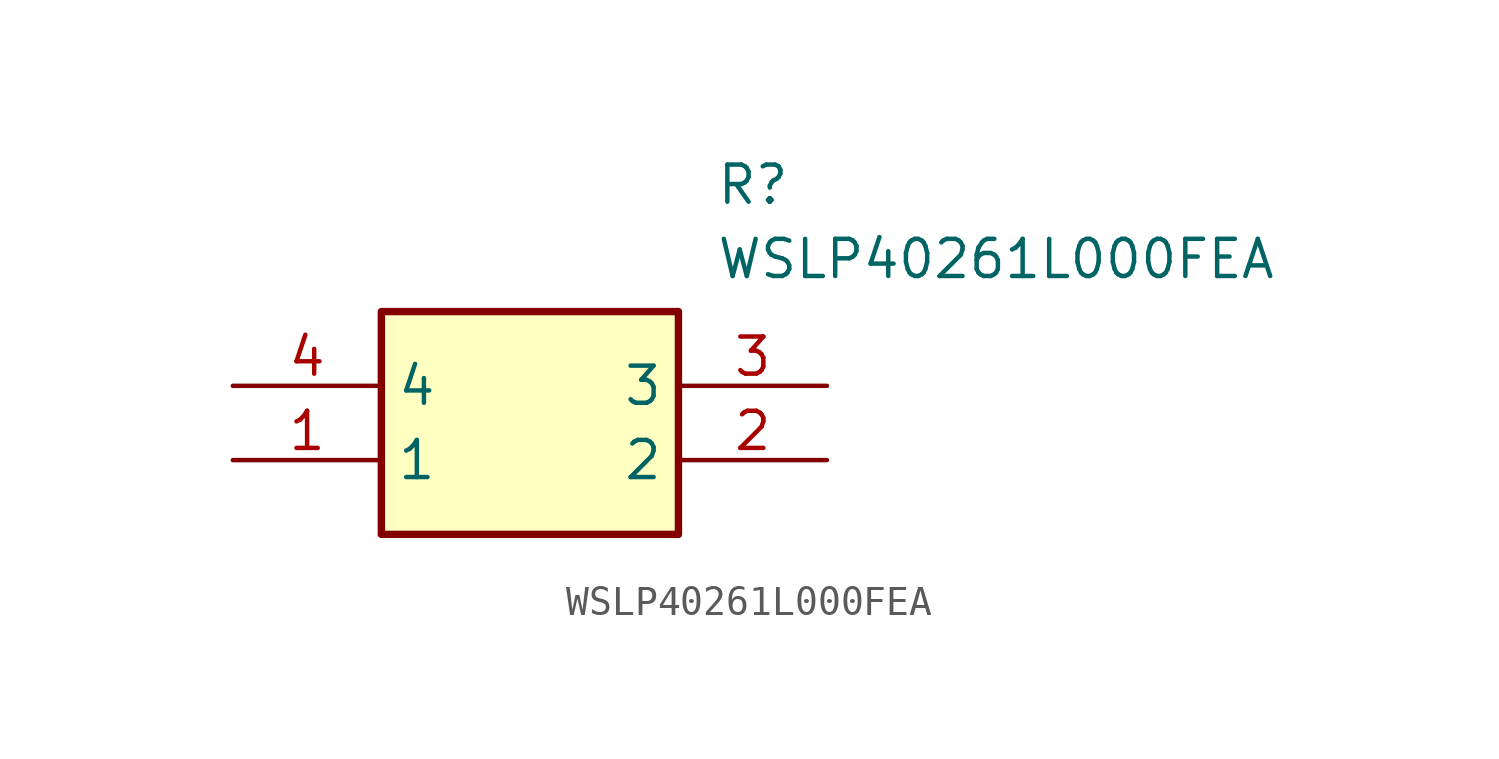
<source format=kicad_sym>
(kicad_symbol_lib
  (version 20211014)
  (generator SamacSys_ECAD_Model)
  (symbol "WSLP40261L000FEA"
    (property "Reference" "R"
      (at 16.51 7.62 0)
      (effects (font (size 1.27 1.27)) (justify left top)))
    (property "Value" "WSLP40261L000FEA"
      (at 16.51 5.08 0)
      (effects (font (size 1.27 1.27)) (justify left top)))
    (rectangle
      (start 5.08 2.54)
      (end 15.24 -5.08)
      (stroke (width 0.254) (type default))
      (fill (type background)))
    (pin passive line
      (at 0 -2.54 0)
      (length 5.08)
      (name "1" (effects (font (size 1.27 1.27))))
      (number "1" (effects (font (size 1.27 1.27)))))
    (pin passive line
      (at 20.32 -2.54 180)
      (length 5.08)
      (name "2" (effects (font (size 1.27 1.27))))
      (number "2" (effects (font (size 1.27 1.27)))))
    (pin passive line
      (at 20.32 0 180)
      (length 5.08)
      (name "3" (effects (font (size 1.27 1.27))))
      (number "3" (effects (font (size 1.27 1.27)))))
    (pin passive line
      (at 0 0 0)
      (length 5.08)
      (name "4" (effects (font (size 1.27 1.27))))
      (number "4" (effects (font (size 1.27 1.27)))))))
</source>
